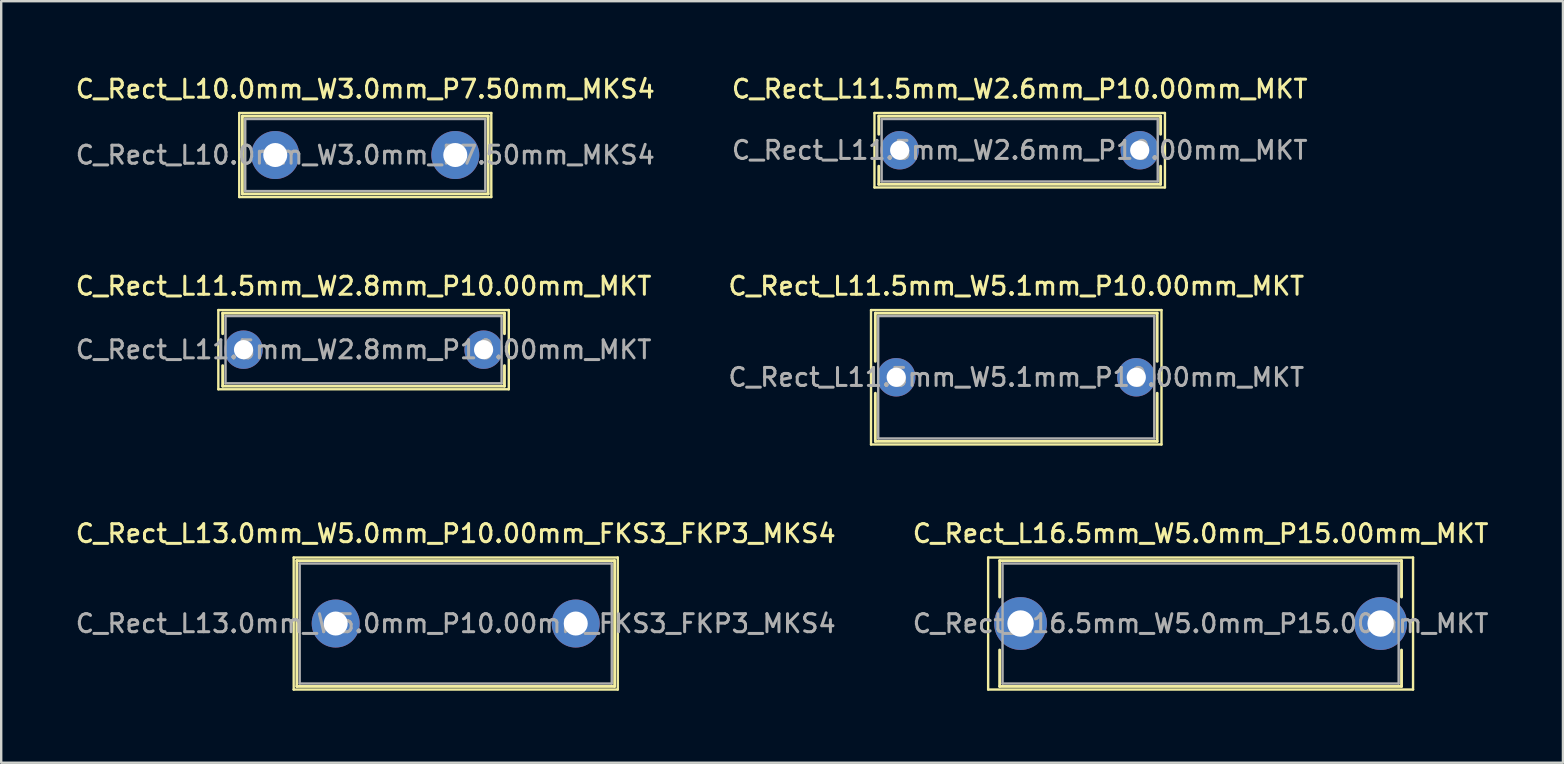
<source format=kicad_pcb>
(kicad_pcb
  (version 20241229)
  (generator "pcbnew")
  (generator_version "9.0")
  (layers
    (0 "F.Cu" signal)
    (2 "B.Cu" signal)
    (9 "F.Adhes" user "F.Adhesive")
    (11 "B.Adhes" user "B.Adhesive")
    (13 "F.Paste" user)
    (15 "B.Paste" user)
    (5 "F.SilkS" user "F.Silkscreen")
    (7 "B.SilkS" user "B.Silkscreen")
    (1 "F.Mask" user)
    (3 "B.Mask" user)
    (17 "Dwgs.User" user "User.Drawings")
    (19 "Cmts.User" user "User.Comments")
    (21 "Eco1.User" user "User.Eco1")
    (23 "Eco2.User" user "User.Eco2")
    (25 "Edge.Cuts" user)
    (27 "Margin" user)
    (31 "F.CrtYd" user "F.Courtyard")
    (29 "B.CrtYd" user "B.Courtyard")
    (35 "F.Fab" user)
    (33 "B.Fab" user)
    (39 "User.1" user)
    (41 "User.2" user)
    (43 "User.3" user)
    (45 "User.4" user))
  (footprint "C_Rect_L11.5mm_W5.1mm_P10.00mm_MKT"
    (layer "F.Cu")
    (at 34.284 12.666)
    (property "Reference" "C_Rect_L11.5mm_W5.1mm_P10.00mm_MKT" (at 5 -3.8 0) (layer "F.SilkS") (effects (font (size 0.75 0.75) (thickness 0.125))))
    (attr through_hole)
    (fp_line (start -1.05 -2.8) (end -1.05 2.8) (stroke (width 0.1) (type solid)) (layer "F.SilkS"))
    (fp_line (start -1.05 2.8) (end 11.05 2.8) (stroke (width 0.1) (type solid)) (layer "F.SilkS"))
    (fp_line (start -0.87 -2.67) (end -0.87 -0.665) (stroke (width 0.12) (type solid)) (layer "F.SilkS"))
    (fp_line (start -0.87 -2.67) (end 10.87 -2.67) (stroke (width 0.12) (type solid)) (layer "F.SilkS"))
    (fp_line (start -0.87 0.665) (end -0.87 2.67) (stroke (width 0.12) (type solid)) (layer "F.SilkS"))
    (fp_line (start -0.87 2.67) (end 10.87 2.67) (stroke (width 0.12) (type solid)) (layer "F.SilkS"))
    (fp_line (start 10.87 -2.67) (end 10.87 -0.665) (stroke (width 0.12) (type solid)) (layer "F.SilkS"))
    (fp_line (start 10.87 0.665) (end 10.87 2.67) (stroke (width 0.12) (type solid)) (layer "F.SilkS"))
    (fp_line (start 11.05 -2.8) (end -1.05 -2.8) (stroke (width 0.1) (type solid)) (layer "F.SilkS"))
    (fp_line (start 11.05 2.8) (end 11.05 -2.8) (stroke (width 0.1) (type solid)) (layer "F.SilkS"))
    (fp_line (start -0.75 -2.55) (end -0.75 2.55) (stroke (width 0.1) (type solid)) (layer "F.Fab"))
    (fp_line (start -0.75 2.55) (end 10.75 2.55) (stroke (width 0.1) (type solid)) (layer "F.Fab"))
    (fp_line (start 10.75 -2.55) (end -0.75 -2.55) (stroke (width 0.1) (type solid)) (layer "F.Fab"))
    (fp_line (start 10.75 2.55) (end 10.75 -2.55) (stroke (width 0.1) (type solid)) (layer "F.Fab"))
    (fp_text user "${REFERENCE}" (at 5 0 0) (layer "F.Fab") (effects (font (size 0.75 0.75) (thickness 0.125))))
    (pad "1" thru_hole circle (at 0 0) (size 1.6 1.6) (drill 0.8) (layers "*.Cu" "*.Mask"))
    (pad "2" thru_hole circle (at 10 0) (size 1.6 1.6) (drill 0.8) (layers "*.Cu" "*.Mask")))
  (footprint "C_Rect_L10.0mm_W3.0mm_P7.50mm_MKS4"
    (layer "F.Cu")
    (at 8.416 3.408)
    (property "Reference" "C_Rect_L10.0mm_W3.0mm_P7.50mm_MKS4" (at 3.75 -2.75 0) (layer "F.SilkS") (effects (font (size 0.75 0.75) (thickness 0.125))))
    (attr through_hole)
    (fp_line (start -1.5 -1.75) (end -1.5 1.75) (stroke (width 0.1) (type solid)) (layer "F.SilkS"))
    (fp_line (start -1.5 1.75) (end 9 1.75) (stroke (width 0.1) (type solid)) (layer "F.SilkS"))
    (fp_line (start -1.37 -1.62) (end -1.37 1.62) (stroke (width 0.12) (type solid)) (layer "F.SilkS"))
    (fp_line (start -1.37 -1.62) (end 8.87 -1.62) (stroke (width 0.12) (type solid)) (layer "F.SilkS"))
    (fp_line (start -1.37 1.62) (end 8.87 1.62) (stroke (width 0.12) (type solid)) (layer "F.SilkS"))
    (fp_line (start 8.87 -1.62) (end 8.87 1.62) (stroke (width 0.12) (type solid)) (layer "F.SilkS"))
    (fp_line (start 9 -1.75) (end -1.5 -1.75) (stroke (width 0.1) (type solid)) (layer "F.SilkS"))
    (fp_line (start 9 1.75) (end 9 -1.75) (stroke (width 0.1) (type solid)) (layer "F.SilkS"))
    (fp_line (start -1.25 -1.5) (end -1.25 1.5) (stroke (width 0.1) (type solid)) (layer "F.Fab"))
    (fp_line (start -1.25 1.5) (end 8.75 1.5) (stroke (width 0.1) (type solid)) (layer "F.Fab"))
    (fp_line (start 8.75 -1.5) (end -1.25 -1.5) (stroke (width 0.1) (type solid)) (layer "F.Fab"))
    (fp_line (start 8.75 1.5) (end 8.75 -1.5) (stroke (width 0.1) (type solid)) (layer "F.Fab"))
    (fp_text user "${REFERENCE}" (at 3.75 0 0) (layer "F.Fab") (effects (font (size 0.75 0.75) (thickness 0.125))))
    (pad "1" thru_hole circle (at 0 0) (size 2 2) (drill 1) (layers "*.Cu" "*.Mask"))
    (pad "2" thru_hole circle (at 7.5 0) (size 2 2) (drill 1) (layers "*.Cu" "*.Mask")))
  (footprint "C_Rect_L13.0mm_W5.0mm_P10.00mm_FKS3_FKP3_MKS4"
    (layer "F.Cu")
    (at 10.934 22.924)
    (property "Reference" "C_Rect_L13.0mm_W5.0mm_P10.00mm_FKS3_FKP3_MKS4" (at 5 -3.75 0) (layer "F.SilkS") (effects (font (size 0.75 0.75) (thickness 0.125))))
    (attr through_hole)
    (fp_line (start -1.75 -2.75) (end -1.75 2.75) (stroke (width 0.1) (type solid)) (layer "F.SilkS"))
    (fp_line (start -1.75 2.75) (end 11.75 2.75) (stroke (width 0.1) (type solid)) (layer "F.SilkS"))
    (fp_line (start -1.62 -2.62) (end -1.62 2.62) (stroke (width 0.12) (type solid)) (layer "F.SilkS"))
    (fp_line (start -1.62 -2.62) (end 11.62 -2.62) (stroke (width 0.12) (type solid)) (layer "F.SilkS"))
    (fp_line (start -1.62 2.62) (end 11.62 2.62) (stroke (width 0.12) (type solid)) (layer "F.SilkS"))
    (fp_line (start 11.62 -2.62) (end 11.62 2.62) (stroke (width 0.12) (type solid)) (layer "F.SilkS"))
    (fp_line (start 11.75 -2.75) (end -1.75 -2.75) (stroke (width 0.1) (type solid)) (layer "F.SilkS"))
    (fp_line (start 11.75 2.75) (end 11.75 -2.75) (stroke (width 0.1) (type solid)) (layer "F.SilkS"))
    (fp_line (start -1.5 -2.5) (end -1.5 2.5) (stroke (width 0.1) (type solid)) (layer "F.Fab"))
    (fp_line (start -1.5 2.5) (end 11.5 2.5) (stroke (width 0.1) (type solid)) (layer "F.Fab"))
    (fp_line (start 11.5 -2.5) (end -1.5 -2.5) (stroke (width 0.1) (type solid)) (layer "F.Fab"))
    (fp_line (start 11.5 2.5) (end 11.5 -2.5) (stroke (width 0.1) (type solid)) (layer "F.Fab"))
    (fp_text user "${REFERENCE}" (at 5 0 0) (layer "F.Fab") (effects (font (size 0.75 0.75) (thickness 0.125))))
    (pad "1" thru_hole circle (at 0 0) (size 2 2) (drill 1) (layers "*.Cu" "*.Mask"))
    (pad "2" thru_hole circle (at 10 0) (size 2 2) (drill 1) (layers "*.Cu" "*.Mask")))
  (footprint "C_Rect_L16.5mm_W5.0mm_P15.00mm_MKT"
    (layer "F.Cu")
    (at 39.463 22.924)
    (property "Reference" "C_Rect_L16.5mm_W5.0mm_P15.00mm_MKT" (at 7.5 -3.75 0) (layer "F.SilkS") (effects (font (size 0.75 0.75) (thickness 0.125))))
    (attr through_hole)
    (fp_line (start -1.35 -2.75) (end -1.35 2.75) (stroke (width 0.1) (type solid)) (layer "F.SilkS"))
    (fp_line (start -1.35 2.75) (end 16.35 2.75) (stroke (width 0.1) (type solid)) (layer "F.SilkS"))
    (fp_line (start -0.87 -2.62) (end -0.87 -1.104) (stroke (width 0.12) (type solid)) (layer "F.SilkS"))
    (fp_line (start -0.87 -2.62) (end 15.87 -2.62) (stroke (width 0.12) (type solid)) (layer "F.SilkS"))
    (fp_line (start -0.87 1.104) (end -0.87 2.62) (stroke (width 0.12) (type solid)) (layer "F.SilkS"))
    (fp_line (start -0.87 2.62) (end 15.87 2.62) (stroke (width 0.12) (type solid)) (layer "F.SilkS"))
    (fp_line (start 15.87 -2.62) (end 15.87 -1.104) (stroke (width 0.12) (type solid)) (layer "F.SilkS"))
    (fp_line (start 15.87 1.104) (end 15.87 2.62) (stroke (width 0.12) (type solid)) (layer "F.SilkS"))
    (fp_line (start 16.35 -2.75) (end -1.35 -2.75) (stroke (width 0.1) (type solid)) (layer "F.SilkS"))
    (fp_line (start 16.35 2.75) (end 16.35 -2.75) (stroke (width 0.1) (type solid)) (layer "F.SilkS"))
    (fp_line (start -0.75 -2.5) (end -0.75 2.5) (stroke (width 0.1) (type solid)) (layer "F.Fab"))
    (fp_line (start -0.75 2.5) (end 15.75 2.5) (stroke (width 0.1) (type solid)) (layer "F.Fab"))
    (fp_line (start 15.75 -2.5) (end -0.75 -2.5) (stroke (width 0.1) (type solid)) (layer "F.Fab"))
    (fp_line (start 15.75 2.5) (end 15.75 -2.5) (stroke (width 0.1) (type solid)) (layer "F.Fab"))
    (fp_text user "${REFERENCE}" (at 7.5 0 0) (layer "F.Fab") (effects (font (size 0.75 0.75) (thickness 0.125))))
    (pad "1" thru_hole circle (at 0 0) (size 2.2 2.2) (drill 1.1) (layers "*.Cu" "*.Mask"))
    (pad "2" thru_hole circle (at 15 0) (size 2.2 2.2) (drill 1.1) (layers "*.Cu" "*.Mask")))
  (footprint "C_Rect_L11.5mm_W2.8mm_P10.00mm_MKT"
    (layer "F.Cu")
    (at 7.095 11.516)
    (property "Reference" "C_Rect_L11.5mm_W2.8mm_P10.00mm_MKT" (at 5 -2.65 0) (layer "F.SilkS") (effects (font (size 0.75 0.75) (thickness 0.125))))
    (attr through_hole)
    (fp_line (start -1.05 -1.65) (end -1.05 1.65) (stroke (width 0.1) (type solid)) (layer "F.SilkS"))
    (fp_line (start -1.05 1.65) (end 11.05 1.65) (stroke (width 0.1) (type solid)) (layer "F.SilkS"))
    (fp_line (start -0.87 -1.52) (end -0.87 -0.665) (stroke (width 0.12) (type solid)) (layer "F.SilkS"))
    (fp_line (start -0.87 -1.52) (end 10.87 -1.52) (stroke (width 0.12) (type solid)) (layer "F.SilkS"))
    (fp_line (start -0.87 0.665) (end -0.87 1.52) (stroke (width 0.12) (type solid)) (layer "F.SilkS"))
    (fp_line (start -0.87 1.52) (end 10.87 1.52) (stroke (width 0.12) (type solid)) (layer "F.SilkS"))
    (fp_line (start 10.87 -1.52) (end 10.87 -0.665) (stroke (width 0.12) (type solid)) (layer "F.SilkS"))
    (fp_line (start 10.87 0.665) (end 10.87 1.52) (stroke (width 0.12) (type solid)) (layer "F.SilkS"))
    (fp_line (start 11.05 -1.65) (end -1.05 -1.65) (stroke (width 0.1) (type solid)) (layer "F.SilkS"))
    (fp_line (start 11.05 1.65) (end 11.05 -1.65) (stroke (width 0.1) (type solid)) (layer "F.SilkS"))
    (fp_line (start -0.75 -1.4) (end -0.75 1.4) (stroke (width 0.1) (type solid)) (layer "F.Fab"))
    (fp_line (start -0.75 1.4) (end 10.75 1.4) (stroke (width 0.1) (type solid)) (layer "F.Fab"))
    (fp_line (start 10.75 -1.4) (end -0.75 -1.4) (stroke (width 0.1) (type solid)) (layer "F.Fab"))
    (fp_line (start 10.75 1.4) (end 10.75 -1.4) (stroke (width 0.1) (type solid)) (layer "F.Fab"))
    (fp_text user "${REFERENCE}" (at 5 0 0) (layer "F.Fab") (effects (font (size 0.75 0.75) (thickness 0.125))))
    (pad "1" thru_hole circle (at 0 0) (size 1.6 1.6) (drill 0.8) (layers "*.Cu" "*.Mask"))
    (pad "2" thru_hole circle (at 10 0) (size 1.6 1.6) (drill 0.8) (layers "*.Cu" "*.Mask")))
  (footprint "C_Rect_L11.5mm_W2.6mm_P10.00mm_MKT"
    (layer "F.Cu")
    (at 34.427 3.208)
    (property "Reference" "C_Rect_L11.5mm_W2.6mm_P10.00mm_MKT" (at 5 -2.55 0) (layer "F.SilkS") (effects (font (size 0.75 0.75) (thickness 0.125))))
    (attr through_hole)
    (fp_line (start -1.05 -1.55) (end -1.05 1.55) (stroke (width 0.1) (type solid)) (layer "F.SilkS"))
    (fp_line (start -1.05 1.55) (end 11.05 1.55) (stroke (width 0.1) (type solid)) (layer "F.SilkS"))
    (fp_line (start -0.87 -1.42) (end -0.87 -0.665) (stroke (width 0.12) (type solid)) (layer "F.SilkS"))
    (fp_line (start -0.87 -1.42) (end 10.87 -1.42) (stroke (width 0.12) (type solid)) (layer "F.SilkS"))
    (fp_line (start -0.87 0.665) (end -0.87 1.42) (stroke (width 0.12) (type solid)) (layer "F.SilkS"))
    (fp_line (start -0.87 1.42) (end 10.87 1.42) (stroke (width 0.12) (type solid)) (layer "F.SilkS"))
    (fp_line (start 10.87 -1.42) (end 10.87 -0.665) (stroke (width 0.12) (type solid)) (layer "F.SilkS"))
    (fp_line (start 10.87 0.665) (end 10.87 1.42) (stroke (width 0.12) (type solid)) (layer "F.SilkS"))
    (fp_line (start 11.05 -1.55) (end -1.05 -1.55) (stroke (width 0.1) (type solid)) (layer "F.SilkS"))
    (fp_line (start 11.05 1.55) (end 11.05 -1.55) (stroke (width 0.1) (type solid)) (layer "F.SilkS"))
    (fp_line (start -0.75 -1.3) (end -0.75 1.3) (stroke (width 0.1) (type solid)) (layer "F.Fab"))
    (fp_line (start -0.75 1.3) (end 10.75 1.3) (stroke (width 0.1) (type solid)) (layer "F.Fab"))
    (fp_line (start 10.75 -1.3) (end -0.75 -1.3) (stroke (width 0.1) (type solid)) (layer "F.Fab"))
    (fp_line (start 10.75 1.3) (end 10.75 -1.3) (stroke (width 0.1) (type solid)) (layer "F.Fab"))
    (fp_text user "${REFERENCE}" (at 5 0 0) (layer "F.Fab") (effects (font (size 0.75 0.75) (thickness 0.125))))
    (pad "1" thru_hole circle (at 0 0) (size 1.6 1.6) (drill 0.8) (layers "*.Cu" "*.Mask"))
    (pad "2" thru_hole circle (at 10 0) (size 1.6 1.6) (drill 0.8) (layers "*.Cu" "*.Mask")))
  (gr_rect
    (start -3 -3)
    (end 62.057 28.724)
    (stroke (width 0.1) (type default))
    (fill no)
    (layer "Edge.Cuts")))
</source>
